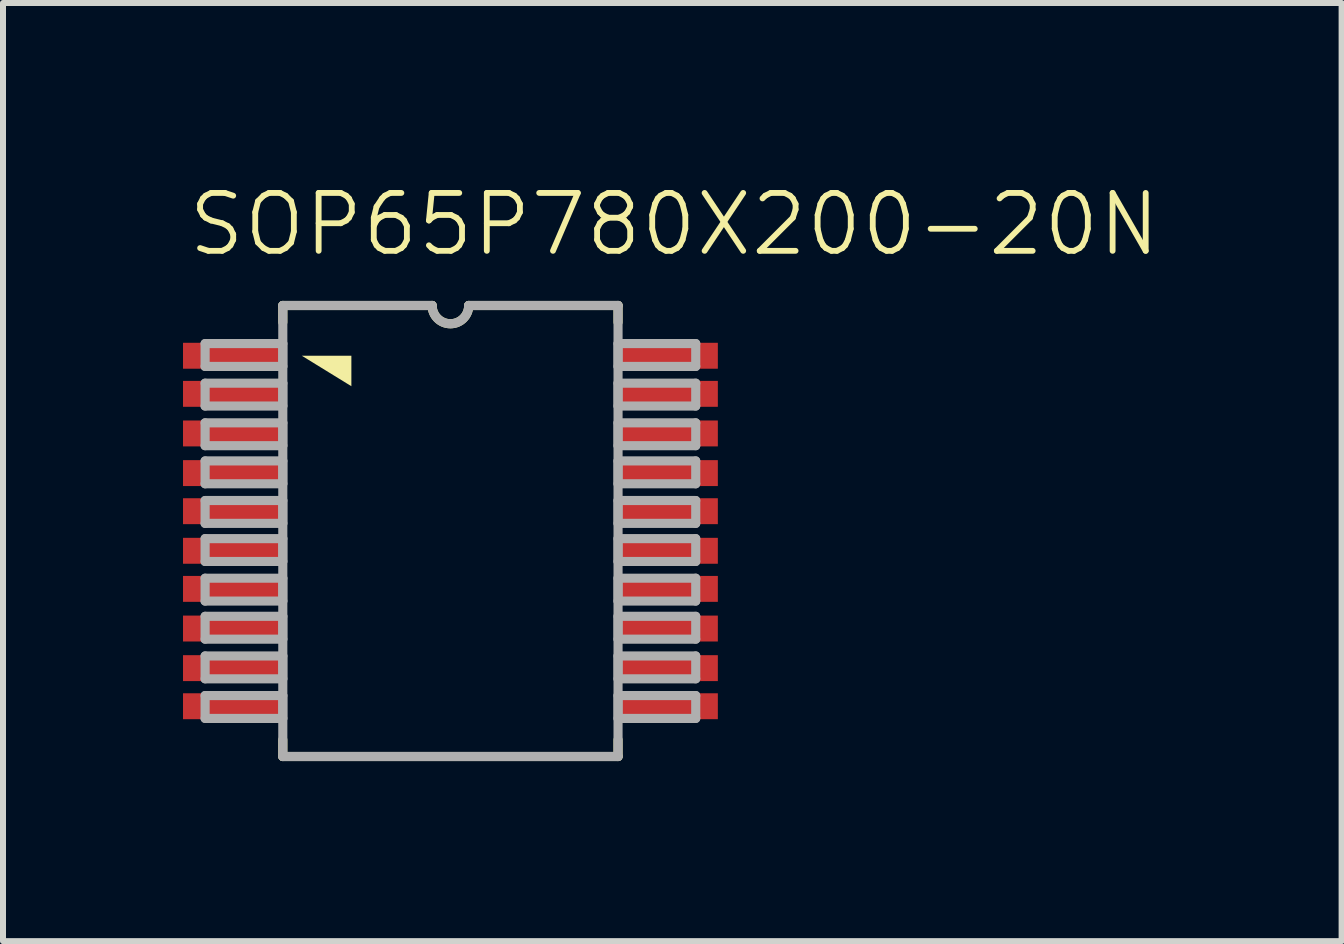
<source format=kicad_pcb>
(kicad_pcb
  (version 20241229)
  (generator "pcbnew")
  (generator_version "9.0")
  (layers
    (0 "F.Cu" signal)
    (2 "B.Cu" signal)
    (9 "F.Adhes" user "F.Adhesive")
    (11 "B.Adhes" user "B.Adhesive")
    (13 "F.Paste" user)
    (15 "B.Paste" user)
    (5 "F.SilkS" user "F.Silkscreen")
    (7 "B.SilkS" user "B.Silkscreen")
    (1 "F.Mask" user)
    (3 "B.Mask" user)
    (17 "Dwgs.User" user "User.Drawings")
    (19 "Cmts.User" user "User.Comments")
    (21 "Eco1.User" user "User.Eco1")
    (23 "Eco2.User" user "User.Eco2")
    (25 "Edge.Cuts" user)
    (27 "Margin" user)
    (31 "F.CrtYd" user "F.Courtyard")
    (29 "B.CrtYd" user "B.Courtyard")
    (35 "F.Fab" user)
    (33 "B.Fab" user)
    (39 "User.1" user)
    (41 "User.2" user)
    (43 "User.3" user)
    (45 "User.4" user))
  (footprint "SOP65P780X200-20N"
    (layer "F.Cu")
    (at 4.458 5.801)
    (property "Reference" "SOP65P780X200-20N" (at -4.42 -4.547 180) (layer "F.SilkS") (effects (font (size 0.965 0.965) (thickness 0.097)) (justify left bottom)))
    (attr through_hole)
    (fp_line (start -2.794 -3.759) (end -2.794 -3.48) (stroke (width 0.152) (type solid)) (layer "F.SilkS"))
    (fp_line (start -2.794 3.48) (end -2.794 3.759) (stroke (width 0.152) (type solid)) (layer "F.SilkS"))
    (fp_line (start -2.794 3.759) (end 2.794 3.759) (stroke (width 0.152) (type solid)) (layer "F.SilkS"))
    (fp_line (start -0.305 -3.759) (end -2.794 -3.759) (stroke (width 0.152) (type solid)) (layer "F.SilkS"))
    (fp_line (start 2.794 -3.759) (end 0.305 -3.759) (stroke (width 0.152) (type solid)) (layer "F.SilkS"))
    (fp_line (start 2.794 -3.48) (end 2.794 -3.759) (stroke (width 0.152) (type solid)) (layer "F.SilkS"))
    (fp_line (start 2.794 3.759) (end 2.794 3.48) (stroke (width 0.152) (type solid)) (layer "F.SilkS"))
    (fp_arc (start 0.3048 -3.7592) (mid 0 -3.4544) (end -0.3048 -3.7592) (stroke (width 0.1524) (type solid)) (layer "F.SilkS"))
    (fp_poly (pts (xy -2.477 -2.921) (xy -1.651 -2.921) (xy -1.651 -2.413)) (stroke (width 0) (type solid)) (fill yes) (layer "F.SilkS"))
    (fp_line (start -4.089 -3.124) (end -4.089 -2.743) (stroke (width 0.152) (type solid)) (layer "F.Fab"))
    (fp_line (start -4.089 -2.743) (end -2.794 -2.743) (stroke (width 0.152) (type solid)) (layer "F.Fab"))
    (fp_line (start -4.089 -2.464) (end -4.089 -2.083) (stroke (width 0.152) (type solid)) (layer "F.Fab"))
    (fp_line (start -4.089 -2.083) (end -2.794 -2.083) (stroke (width 0.152) (type solid)) (layer "F.Fab"))
    (fp_line (start -4.089 -1.803) (end -4.089 -1.422) (stroke (width 0.152) (type solid)) (layer "F.Fab"))
    (fp_line (start -4.089 -1.422) (end -2.794 -1.422) (stroke (width 0.152) (type solid)) (layer "F.Fab"))
    (fp_line (start -4.089 -1.168) (end -4.089 -0.787) (stroke (width 0.152) (type solid)) (layer "F.Fab"))
    (fp_line (start -4.089 -0.787) (end -2.794 -0.787) (stroke (width 0.152) (type solid)) (layer "F.Fab"))
    (fp_line (start -4.089 -0.508) (end -4.089 -0.127) (stroke (width 0.152) (type solid)) (layer "F.Fab"))
    (fp_line (start -4.089 -0.127) (end -2.794 -0.127) (stroke (width 0.152) (type solid)) (layer "F.Fab"))
    (fp_line (start -4.089 0.127) (end -4.089 0.508) (stroke (width 0.152) (type solid)) (layer "F.Fab"))
    (fp_line (start -4.089 0.508) (end -2.794 0.508) (stroke (width 0.152) (type solid)) (layer "F.Fab"))
    (fp_line (start -4.089 0.787) (end -4.089 1.168) (stroke (width 0.152) (type solid)) (layer "F.Fab"))
    (fp_line (start -4.089 1.168) (end -2.794 1.168) (stroke (width 0.152) (type solid)) (layer "F.Fab"))
    (fp_line (start -4.089 1.422) (end -4.089 1.803) (stroke (width 0.152) (type solid)) (layer "F.Fab"))
    (fp_line (start -4.089 1.803) (end -2.794 1.803) (stroke (width 0.152) (type solid)) (layer "F.Fab"))
    (fp_line (start -4.089 2.083) (end -4.089 2.464) (stroke (width 0.152) (type solid)) (layer "F.Fab"))
    (fp_line (start -4.089 2.464) (end -2.794 2.464) (stroke (width 0.152) (type solid)) (layer "F.Fab"))
    (fp_line (start -4.089 2.743) (end -4.089 3.124) (stroke (width 0.152) (type solid)) (layer "F.Fab"))
    (fp_line (start -4.089 3.124) (end -2.794 3.124) (stroke (width 0.152) (type solid)) (layer "F.Fab"))
    (fp_line (start -2.794 -3.759) (end -2.794 3.759) (stroke (width 0.152) (type solid)) (layer "F.Fab"))
    (fp_line (start -2.794 -3.124) (end -4.089 -3.124) (stroke (width 0.152) (type solid)) (layer "F.Fab"))
    (fp_line (start -2.794 -2.743) (end -2.794 -3.124) (stroke (width 0.152) (type solid)) (layer "F.Fab"))
    (fp_line (start -2.794 -2.464) (end -4.089 -2.464) (stroke (width 0.152) (type solid)) (layer "F.Fab"))
    (fp_line (start -2.794 -2.083) (end -2.794 -2.464) (stroke (width 0.152) (type solid)) (layer "F.Fab"))
    (fp_line (start -2.794 -1.803) (end -4.089 -1.803) (stroke (width 0.152) (type solid)) (layer "F.Fab"))
    (fp_line (start -2.794 -1.422) (end -2.794 -1.803) (stroke (width 0.152) (type solid)) (layer "F.Fab"))
    (fp_line (start -2.794 -1.168) (end -4.089 -1.168) (stroke (width 0.152) (type solid)) (layer "F.Fab"))
    (fp_line (start -2.794 -0.787) (end -2.794 -1.168) (stroke (width 0.152) (type solid)) (layer "F.Fab"))
    (fp_line (start -2.794 -0.508) (end -4.089 -0.508) (stroke (width 0.152) (type solid)) (layer "F.Fab"))
    (fp_line (start -2.794 -0.127) (end -2.794 -0.508) (stroke (width 0.152) (type solid)) (layer "F.Fab"))
    (fp_line (start -2.794 0.127) (end -4.089 0.127) (stroke (width 0.152) (type solid)) (layer "F.Fab"))
    (fp_line (start -2.794 0.508) (end -2.794 0.127) (stroke (width 0.152) (type solid)) (layer "F.Fab"))
    (fp_line (start -2.794 0.787) (end -4.089 0.787) (stroke (width 0.152) (type solid)) (layer "F.Fab"))
    (fp_line (start -2.794 1.168) (end -2.794 0.787) (stroke (width 0.152) (type solid)) (layer "F.Fab"))
    (fp_line (start -2.794 1.422) (end -4.089 1.422) (stroke (width 0.152) (type solid)) (layer "F.Fab"))
    (fp_line (start -2.794 1.803) (end -2.794 1.422) (stroke (width 0.152) (type solid)) (layer "F.Fab"))
    (fp_line (start -2.794 2.083) (end -4.089 2.083) (stroke (width 0.152) (type solid)) (layer "F.Fab"))
    (fp_line (start -2.794 2.464) (end -2.794 2.083) (stroke (width 0.152) (type solid)) (layer "F.Fab"))
    (fp_line (start -2.794 2.743) (end -4.089 2.743) (stroke (width 0.152) (type solid)) (layer "F.Fab"))
    (fp_line (start -2.794 3.124) (end -2.794 2.743) (stroke (width 0.152) (type solid)) (layer "F.Fab"))
    (fp_line (start -2.794 3.759) (end 2.794 3.759) (stroke (width 0.152) (type solid)) (layer "F.Fab"))
    (fp_line (start -0.305 -3.759) (end -2.794 -3.759) (stroke (width 0.152) (type solid)) (layer "F.Fab"))
    (fp_line (start 2.794 -3.759) (end 0.305 -3.759) (stroke (width 0.152) (type solid)) (layer "F.Fab"))
    (fp_line (start 2.794 -3.124) (end 2.794 -2.743) (stroke (width 0.152) (type solid)) (layer "F.Fab"))
    (fp_line (start 2.794 -2.743) (end 4.089 -2.743) (stroke (width 0.152) (type solid)) (layer "F.Fab"))
    (fp_line (start 2.794 -2.464) (end 2.794 -2.083) (stroke (width 0.152) (type solid)) (layer "F.Fab"))
    (fp_line (start 2.794 -2.083) (end 4.089 -2.083) (stroke (width 0.152) (type solid)) (layer "F.Fab"))
    (fp_line (start 2.794 -1.803) (end 2.794 -1.422) (stroke (width 0.152) (type solid)) (layer "F.Fab"))
    (fp_line (start 2.794 -1.422) (end 4.089 -1.422) (stroke (width 0.152) (type solid)) (layer "F.Fab"))
    (fp_line (start 2.794 -1.168) (end 2.794 -0.787) (stroke (width 0.152) (type solid)) (layer "F.Fab"))
    (fp_line (start 2.794 -0.787) (end 4.089 -0.787) (stroke (width 0.152) (type solid)) (layer "F.Fab"))
    (fp_line (start 2.794 -0.508) (end 2.794 -0.127) (stroke (width 0.152) (type solid)) (layer "F.Fab"))
    (fp_line (start 2.794 -0.127) (end 4.089 -0.127) (stroke (width 0.152) (type solid)) (layer "F.Fab"))
    (fp_line (start 2.794 0.127) (end 2.794 0.508) (stroke (width 0.152) (type solid)) (layer "F.Fab"))
    (fp_line (start 2.794 0.508) (end 4.089 0.508) (stroke (width 0.152) (type solid)) (layer "F.Fab"))
    (fp_line (start 2.794 0.787) (end 2.794 1.168) (stroke (width 0.152) (type solid)) (layer "F.Fab"))
    (fp_line (start 2.794 1.168) (end 4.089 1.168) (stroke (width 0.152) (type solid)) (layer "F.Fab"))
    (fp_line (start 2.794 1.422) (end 2.794 1.803) (stroke (width 0.152) (type solid)) (layer "F.Fab"))
    (fp_line (start 2.794 1.803) (end 4.089 1.803) (stroke (width 0.152) (type solid)) (layer "F.Fab"))
    (fp_line (start 2.794 2.083) (end 2.794 2.464) (stroke (width 0.152) (type solid)) (layer "F.Fab"))
    (fp_line (start 2.794 2.464) (end 4.089 2.464) (stroke (width 0.152) (type solid)) (layer "F.Fab"))
    (fp_line (start 2.794 2.743) (end 2.794 3.124) (stroke (width 0.152) (type solid)) (layer "F.Fab"))
    (fp_line (start 2.794 3.124) (end 4.089 3.124) (stroke (width 0.152) (type solid)) (layer "F.Fab"))
    (fp_line (start 2.794 3.759) (end 2.794 -3.759) (stroke (width 0.152) (type solid)) (layer "F.Fab"))
    (fp_line (start 4.089 -3.124) (end 2.794 -3.124) (stroke (width 0.152) (type solid)) (layer "F.Fab"))
    (fp_line (start 4.089 -2.743) (end 4.089 -3.124) (stroke (width 0.152) (type solid)) (layer "F.Fab"))
    (fp_line (start 4.089 -2.464) (end 2.794 -2.464) (stroke (width 0.152) (type solid)) (layer "F.Fab"))
    (fp_line (start 4.089 -2.083) (end 4.089 -2.464) (stroke (width 0.152) (type solid)) (layer "F.Fab"))
    (fp_line (start 4.089 -1.803) (end 2.794 -1.803) (stroke (width 0.152) (type solid)) (layer "F.Fab"))
    (fp_line (start 4.089 -1.422) (end 4.089 -1.803) (stroke (width 0.152) (type solid)) (layer "F.Fab"))
    (fp_line (start 4.089 -1.168) (end 2.794 -1.168) (stroke (width 0.152) (type solid)) (layer "F.Fab"))
    (fp_line (start 4.089 -0.787) (end 4.089 -1.168) (stroke (width 0.152) (type solid)) (layer "F.Fab"))
    (fp_line (start 4.089 -0.508) (end 2.794 -0.508) (stroke (width 0.152) (type solid)) (layer "F.Fab"))
    (fp_line (start 4.089 -0.127) (end 4.089 -0.508) (stroke (width 0.152) (type solid)) (layer "F.Fab"))
    (fp_line (start 4.089 0.127) (end 2.794 0.127) (stroke (width 0.152) (type solid)) (layer "F.Fab"))
    (fp_line (start 4.089 0.508) (end 4.089 0.127) (stroke (width 0.152) (type solid)) (layer "F.Fab"))
    (fp_line (start 4.089 0.787) (end 2.794 0.787) (stroke (width 0.152) (type solid)) (layer "F.Fab"))
    (fp_line (start 4.089 1.168) (end 4.089 0.787) (stroke (width 0.152) (type solid)) (layer "F.Fab"))
    (fp_line (start 4.089 1.422) (end 2.794 1.422) (stroke (width 0.152) (type solid)) (layer "F.Fab"))
    (fp_line (start 4.089 1.803) (end 4.089 1.422) (stroke (width 0.152) (type solid)) (layer "F.Fab"))
    (fp_line (start 4.089 2.083) (end 2.794 2.083) (stroke (width 0.152) (type solid)) (layer "F.Fab"))
    (fp_line (start 4.089 2.464) (end 4.089 2.083) (stroke (width 0.152) (type solid)) (layer "F.Fab"))
    (fp_line (start 4.089 2.743) (end 2.794 2.743) (stroke (width 0.152) (type solid)) (layer "F.Fab"))
    (fp_line (start 4.089 3.124) (end 4.089 2.743) (stroke (width 0.152) (type solid)) (layer "F.Fab"))
    (fp_arc (start 0.3048 -3.7592) (mid 0 -3.4544) (end -0.3048 -3.7592) (stroke (width 0.1524) (type solid)) (layer "F.Fab"))
    (pad "1" smd rect (at -3.632 -2.921) (size 1.651 0.432) (layers "F.Cu" "F.Mask" "F.Paste"))
    (pad "2" smd rect (at -3.632 -2.286) (size 1.651 0.432) (layers "F.Cu" "F.Mask" "F.Paste"))
    (pad "3" smd rect (at -3.632 -1.626) (size 1.651 0.432) (layers "F.Cu" "F.Mask" "F.Paste"))
    (pad "4" smd rect (at -3.632 -0.965) (size 1.651 0.432) (layers "F.Cu" "F.Mask" "F.Paste"))
    (pad "5" smd rect (at -3.632 -0.33) (size 1.651 0.432) (layers "F.Cu" "F.Mask" "F.Paste"))
    (pad "6" smd rect (at -3.632 0.33) (size 1.651 0.432) (layers "F.Cu" "F.Mask" "F.Paste"))
    (pad "7" smd rect (at -3.632 0.965) (size 1.651 0.432) (layers "F.Cu" "F.Mask" "F.Paste"))
    (pad "8" smd rect (at -3.632 1.626) (size 1.651 0.432) (layers "F.Cu" "F.Mask" "F.Paste"))
    (pad "9" smd rect (at -3.632 2.286) (size 1.651 0.432) (layers "F.Cu" "F.Mask" "F.Paste"))
    (pad "10" smd rect (at -3.632 2.921) (size 1.651 0.432) (layers "F.Cu" "F.Mask" "F.Paste"))
    (pad "11" smd rect (at 3.632 2.921) (size 1.651 0.432) (layers "F.Cu" "F.Mask" "F.Paste"))
    (pad "12" smd rect (at 3.632 2.286) (size 1.651 0.432) (layers "F.Cu" "F.Mask" "F.Paste"))
    (pad "13" smd rect (at 3.632 1.626) (size 1.651 0.432) (layers "F.Cu" "F.Mask" "F.Paste"))
    (pad "14" smd rect (at 3.632 0.965) (size 1.651 0.432) (layers "F.Cu" "F.Mask" "F.Paste"))
    (pad "15" smd rect (at 3.632 0.33) (size 1.651 0.432) (layers "F.Cu" "F.Mask" "F.Paste"))
    (pad "16" smd rect (at 3.632 -0.33) (size 1.651 0.432) (layers "F.Cu" "F.Mask" "F.Paste"))
    (pad "17" smd rect (at 3.632 -0.965) (size 1.651 0.432) (layers "F.Cu" "F.Mask" "F.Paste"))
    (pad "18" smd rect (at 3.632 -1.626) (size 1.651 0.432) (layers "F.Cu" "F.Mask" "F.Paste"))
    (pad "19" smd rect (at 3.632 -2.286) (size 1.651 0.432) (layers "F.Cu" "F.Mask" "F.Paste"))
    (pad "20" smd rect (at 3.632 -2.921) (size 1.651 0.432) (layers "F.Cu" "F.Mask" "F.Paste")))
  (gr_rect
    (start -3 -3)
    (end 19.313 12.637)
    (stroke (width 0.1) (type default))
    (fill no)
    (layer "Edge.Cuts")))
</source>
